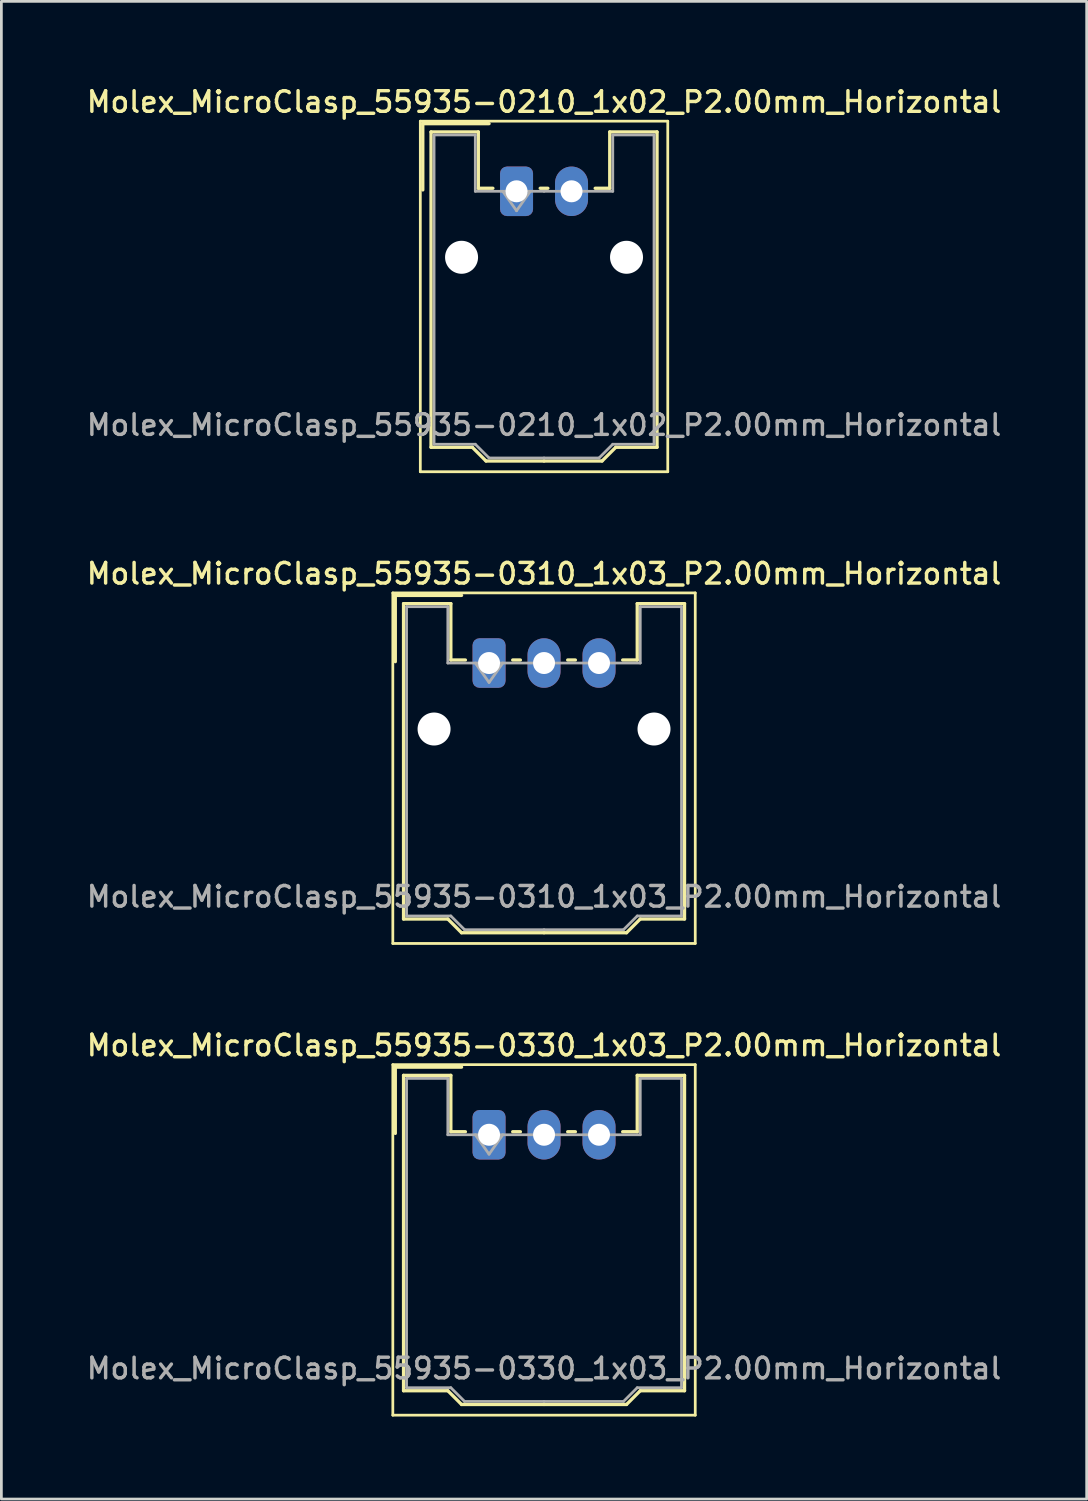
<source format=kicad_pcb>
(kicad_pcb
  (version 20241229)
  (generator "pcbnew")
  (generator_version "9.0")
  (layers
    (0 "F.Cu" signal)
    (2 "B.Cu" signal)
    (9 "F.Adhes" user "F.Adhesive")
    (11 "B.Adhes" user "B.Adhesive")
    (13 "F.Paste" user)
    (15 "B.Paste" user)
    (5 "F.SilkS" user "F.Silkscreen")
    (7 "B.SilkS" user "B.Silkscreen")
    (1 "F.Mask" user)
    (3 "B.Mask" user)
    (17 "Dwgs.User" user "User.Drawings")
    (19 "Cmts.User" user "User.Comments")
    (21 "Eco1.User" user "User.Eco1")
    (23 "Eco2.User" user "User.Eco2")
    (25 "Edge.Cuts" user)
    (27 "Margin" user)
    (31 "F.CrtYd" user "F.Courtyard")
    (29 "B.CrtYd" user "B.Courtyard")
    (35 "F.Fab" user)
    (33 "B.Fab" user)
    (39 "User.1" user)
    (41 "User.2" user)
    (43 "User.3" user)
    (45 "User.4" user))
  (footprint "Molex_MicroClasp_55935-0310_1x03_P2.00mm_Horizontal"
    (layer "F.Cu")
    (at 14.738 21.066)
    (property "Reference" "Molex_MicroClasp_55935-0310_1x03_P2.00mm_Horizontal" (at 2 -3.25 0) (layer "F.SilkS") (effects (font (size 0.75 0.75) (thickness 0.125))))
    (attr through_hole)
    (fp_line (start -3.5 -2.55) (end -3.5 10.2) (stroke (width 0.1) (type solid)) (layer "F.SilkS"))
    (fp_line (start -3.5 10.2) (end 7.5 10.2) (stroke (width 0.1) (type solid)) (layer "F.SilkS"))
    (fp_line (start -3.41 -2.46) (end -1 -2.46) (stroke (width 0.12) (type solid)) (layer "F.SilkS"))
    (fp_line (start -3.41 -0.05) (end -3.41 -2.46) (stroke (width 0.12) (type solid)) (layer "F.SilkS"))
    (fp_line (start -3.11 -2.16) (end -1.39 -2.16) (stroke (width 0.12) (type solid)) (layer "F.SilkS"))
    (fp_line (start -3.11 9.31) (end -3.11 -2.16) (stroke (width 0.12) (type solid)) (layer "F.SilkS"))
    (fp_line (start -1.5 9.31) (end -3.11 9.31) (stroke (width 0.12) (type solid)) (layer "F.SilkS"))
    (fp_line (start -1.39 -2.16) (end -1.39 -0.11) (stroke (width 0.12) (type solid)) (layer "F.SilkS"))
    (fp_line (start -1.39 -0.11) (end -0.86 -0.11) (stroke (width 0.12) (type solid)) (layer "F.SilkS"))
    (fp_line (start -1 9.81) (end -1.5 9.31) (stroke (width 0.12) (type solid)) (layer "F.SilkS"))
    (fp_line (start 0.86 -0.11) (end 1.14 -0.11) (stroke (width 0.12) (type solid)) (layer "F.SilkS"))
    (fp_line (start 2 9.81) (end -1 9.81) (stroke (width 0.12) (type solid)) (layer "F.SilkS"))
    (fp_line (start 2 9.81) (end 5 9.81) (stroke (width 0.12) (type solid)) (layer "F.SilkS"))
    (fp_line (start 2.86 -0.11) (end 3.14 -0.11) (stroke (width 0.12) (type solid)) (layer "F.SilkS"))
    (fp_line (start 5 9.81) (end 5.5 9.31) (stroke (width 0.12) (type solid)) (layer "F.SilkS"))
    (fp_line (start 5.39 -2.16) (end 5.39 -0.11) (stroke (width 0.12) (type solid)) (layer "F.SilkS"))
    (fp_line (start 5.39 -0.11) (end 4.86 -0.11) (stroke (width 0.12) (type solid)) (layer "F.SilkS"))
    (fp_line (start 5.5 9.31) (end 7.11 9.31) (stroke (width 0.12) (type solid)) (layer "F.SilkS"))
    (fp_line (start 7.11 -2.16) (end 5.39 -2.16) (stroke (width 0.12) (type solid)) (layer "F.SilkS"))
    (fp_line (start 7.11 9.31) (end 7.11 -2.16) (stroke (width 0.12) (type solid)) (layer "F.SilkS"))
    (fp_line (start 7.5 -2.55) (end -3.5 -2.55) (stroke (width 0.1) (type solid)) (layer "F.SilkS"))
    (fp_line (start 7.5 10.2) (end 7.5 -2.55) (stroke (width 0.1) (type solid)) (layer "F.SilkS"))
    (fp_line (start -3 -2.05) (end -1.5 -2.05) (stroke (width 0.1) (type solid)) (layer "F.Fab"))
    (fp_line (start -3 9.2) (end -3 -2.05) (stroke (width 0.1) (type solid)) (layer "F.Fab"))
    (fp_line (start -1.5 -2.05) (end -1.5 0) (stroke (width 0.1) (type solid)) (layer "F.Fab"))
    (fp_line (start -1.5 0) (end 2 0) (stroke (width 0.1) (type solid)) (layer "F.Fab"))
    (fp_line (start -1.39 9.2) (end -3 9.2) (stroke (width 0.1) (type solid)) (layer "F.Fab"))
    (fp_line (start -0.89 9.7) (end -1.39 9.2) (stroke (width 0.1) (type solid)) (layer "F.Fab"))
    (fp_line (start -0.5 0) (end 0 0.707) (stroke (width 0.1) (type solid)) (layer "F.Fab"))
    (fp_line (start 0 0.707) (end 0.5 0) (stroke (width 0.1) (type solid)) (layer "F.Fab"))
    (fp_line (start 2 9.7) (end -0.89 9.7) (stroke (width 0.1) (type solid)) (layer "F.Fab"))
    (fp_line (start 2 9.7) (end 4.89 9.7) (stroke (width 0.1) (type solid)) (layer "F.Fab"))
    (fp_line (start 4.89 9.7) (end 5.39 9.2) (stroke (width 0.1) (type solid)) (layer "F.Fab"))
    (fp_line (start 5.39 9.2) (end 7 9.2) (stroke (width 0.1) (type solid)) (layer "F.Fab"))
    (fp_line (start 5.5 -2.05) (end 5.5 0) (stroke (width 0.1) (type solid)) (layer "F.Fab"))
    (fp_line (start 5.5 0) (end 2 0) (stroke (width 0.1) (type solid)) (layer "F.Fab"))
    (fp_line (start 7 -2.05) (end 5.5 -2.05) (stroke (width 0.1) (type solid)) (layer "F.Fab"))
    (fp_line (start 7 9.2) (end 7 -2.05) (stroke (width 0.1) (type solid)) (layer "F.Fab"))
    (fp_text user "${REFERENCE}" (at 2 8.5 0) (layer "F.Fab") (effects (font (size 0.75 0.75) (thickness 0.125))))
    (pad "" np_thru_hole circle (at -2 2.4) (size 1.2 1.2) (drill 1.2) (layers "*.Cu" "*.Mask"))
    (pad "" np_thru_hole circle (at 6 2.4) (size 1.2 1.2) (drill 1.2) (layers "*.Cu" "*.Mask"))
    (pad "1" thru_hole roundrect (at 0 0) (size 1.2 1.8) (drill 0.8) (layers "*.Cu" "*.Mask") (roundrect_rratio 0.208))
    (pad "2" thru_hole oval (at 2 0) (size 1.2 1.8) (drill 0.8) (layers "*.Cu" "*.Mask"))
    (pad "3" thru_hole oval (at 4 0) (size 1.2 1.8) (drill 0.8) (layers "*.Cu" "*.Mask")))
  (footprint "Molex_MicroClasp_55935-0330_1x03_P2.00mm_Horizontal"
    (layer "F.Cu")
    (at 14.738 38.224)
    (property "Reference" "Molex_MicroClasp_55935-0330_1x03_P2.00mm_Horizontal" (at 2 -3.25 0) (layer "F.SilkS") (effects (font (size 0.75 0.75) (thickness 0.125))))
    (attr through_hole)
    (fp_line (start -3.5 -2.55) (end -3.5 10.2) (stroke (width 0.1) (type solid)) (layer "F.SilkS"))
    (fp_line (start -3.5 10.2) (end 7.5 10.2) (stroke (width 0.1) (type solid)) (layer "F.SilkS"))
    (fp_line (start -3.41 -2.46) (end -1 -2.46) (stroke (width 0.12) (type solid)) (layer "F.SilkS"))
    (fp_line (start -3.41 -0.05) (end -3.41 -2.46) (stroke (width 0.12) (type solid)) (layer "F.SilkS"))
    (fp_line (start -3.11 -2.16) (end -1.39 -2.16) (stroke (width 0.12) (type solid)) (layer "F.SilkS"))
    (fp_line (start -3.11 9.31) (end -3.11 -2.16) (stroke (width 0.12) (type solid)) (layer "F.SilkS"))
    (fp_line (start -1.5 9.31) (end -3.11 9.31) (stroke (width 0.12) (type solid)) (layer "F.SilkS"))
    (fp_line (start -1.39 -2.16) (end -1.39 -0.11) (stroke (width 0.12) (type solid)) (layer "F.SilkS"))
    (fp_line (start -1.39 -0.11) (end -0.86 -0.11) (stroke (width 0.12) (type solid)) (layer "F.SilkS"))
    (fp_line (start -1 9.81) (end -1.5 9.31) (stroke (width 0.12) (type solid)) (layer "F.SilkS"))
    (fp_line (start 0.86 -0.11) (end 1.14 -0.11) (stroke (width 0.12) (type solid)) (layer "F.SilkS"))
    (fp_line (start 2 9.81) (end -1 9.81) (stroke (width 0.12) (type solid)) (layer "F.SilkS"))
    (fp_line (start 2 9.81) (end 5 9.81) (stroke (width 0.12) (type solid)) (layer "F.SilkS"))
    (fp_line (start 2.86 -0.11) (end 3.14 -0.11) (stroke (width 0.12) (type solid)) (layer "F.SilkS"))
    (fp_line (start 5 9.81) (end 5.5 9.31) (stroke (width 0.12) (type solid)) (layer "F.SilkS"))
    (fp_line (start 5.39 -2.16) (end 5.39 -0.11) (stroke (width 0.12) (type solid)) (layer "F.SilkS"))
    (fp_line (start 5.39 -0.11) (end 4.86 -0.11) (stroke (width 0.12) (type solid)) (layer "F.SilkS"))
    (fp_line (start 5.5 9.31) (end 7.11 9.31) (stroke (width 0.12) (type solid)) (layer "F.SilkS"))
    (fp_line (start 7.11 -2.16) (end 5.39 -2.16) (stroke (width 0.12) (type solid)) (layer "F.SilkS"))
    (fp_line (start 7.11 9.31) (end 7.11 -2.16) (stroke (width 0.12) (type solid)) (layer "F.SilkS"))
    (fp_line (start 7.5 -2.55) (end -3.5 -2.55) (stroke (width 0.1) (type solid)) (layer "F.SilkS"))
    (fp_line (start 7.5 10.2) (end 7.5 -2.55) (stroke (width 0.1) (type solid)) (layer "F.SilkS"))
    (fp_line (start -3 -2.05) (end -1.5 -2.05) (stroke (width 0.1) (type solid)) (layer "F.Fab"))
    (fp_line (start -3 9.2) (end -3 -2.05) (stroke (width 0.1) (type solid)) (layer "F.Fab"))
    (fp_line (start -1.5 -2.05) (end -1.5 0) (stroke (width 0.1) (type solid)) (layer "F.Fab"))
    (fp_line (start -1.5 0) (end 2 0) (stroke (width 0.1) (type solid)) (layer "F.Fab"))
    (fp_line (start -1.39 9.2) (end -3 9.2) (stroke (width 0.1) (type solid)) (layer "F.Fab"))
    (fp_line (start -0.89 9.7) (end -1.39 9.2) (stroke (width 0.1) (type solid)) (layer "F.Fab"))
    (fp_line (start -0.5 0) (end 0 0.707) (stroke (width 0.1) (type solid)) (layer "F.Fab"))
    (fp_line (start 0 0.707) (end 0.5 0) (stroke (width 0.1) (type solid)) (layer "F.Fab"))
    (fp_line (start 2 9.7) (end -0.89 9.7) (stroke (width 0.1) (type solid)) (layer "F.Fab"))
    (fp_line (start 2 9.7) (end 4.89 9.7) (stroke (width 0.1) (type solid)) (layer "F.Fab"))
    (fp_line (start 4.89 9.7) (end 5.39 9.2) (stroke (width 0.1) (type solid)) (layer "F.Fab"))
    (fp_line (start 5.39 9.2) (end 7 9.2) (stroke (width 0.1) (type solid)) (layer "F.Fab"))
    (fp_line (start 5.5 -2.05) (end 5.5 0) (stroke (width 0.1) (type solid)) (layer "F.Fab"))
    (fp_line (start 5.5 0) (end 2 0) (stroke (width 0.1) (type solid)) (layer "F.Fab"))
    (fp_line (start 7 -2.05) (end 5.5 -2.05) (stroke (width 0.1) (type solid)) (layer "F.Fab"))
    (fp_line (start 7 9.2) (end 7 -2.05) (stroke (width 0.1) (type solid)) (layer "F.Fab"))
    (fp_text user "${REFERENCE}" (at 2 8.5 0) (layer "F.Fab") (effects (font (size 0.75 0.75) (thickness 0.125))))
    (pad "1" thru_hole roundrect (at 0 0) (size 1.2 1.8) (drill 0.8) (layers "*.Cu" "*.Mask") (roundrect_rratio 0.208))
    (pad "2" thru_hole oval (at 2 0) (size 1.2 1.8) (drill 0.8) (layers "*.Cu" "*.Mask"))
    (pad "3" thru_hole oval (at 4 0) (size 1.2 1.8) (drill 0.8) (layers "*.Cu" "*.Mask")))
  (footprint "Molex_MicroClasp_55935-0210_1x02_P2.00mm_Horizontal"
    (layer "F.Cu")
    (at 15.738 3.908)
    (property "Reference" "Molex_MicroClasp_55935-0210_1x02_P2.00mm_Horizontal" (at 1 -3.25 0) (layer "F.SilkS") (effects (font (size 0.75 0.75) (thickness 0.125))))
    (attr through_hole)
    (fp_line (start -3.5 -2.55) (end -3.5 10.2) (stroke (width 0.1) (type solid)) (layer "F.SilkS"))
    (fp_line (start -3.5 10.2) (end 5.5 10.2) (stroke (width 0.1) (type solid)) (layer "F.SilkS"))
    (fp_line (start -3.41 -2.46) (end -1 -2.46) (stroke (width 0.12) (type solid)) (layer "F.SilkS"))
    (fp_line (start -3.41 -0.05) (end -3.41 -2.46) (stroke (width 0.12) (type solid)) (layer "F.SilkS"))
    (fp_line (start -3.11 -2.16) (end -1.39 -2.16) (stroke (width 0.12) (type solid)) (layer "F.SilkS"))
    (fp_line (start -3.11 9.31) (end -3.11 -2.16) (stroke (width 0.12) (type solid)) (layer "F.SilkS"))
    (fp_line (start -1.61 9.31) (end -3.11 9.31) (stroke (width 0.12) (type solid)) (layer "F.SilkS"))
    (fp_line (start -1.39 -2.16) (end -1.39 -0.11) (stroke (width 0.12) (type solid)) (layer "F.SilkS"))
    (fp_line (start -1.39 -0.11) (end -0.86 -0.11) (stroke (width 0.12) (type solid)) (layer "F.SilkS"))
    (fp_line (start -1.11 9.81) (end -1.61 9.31) (stroke (width 0.12) (type solid)) (layer "F.SilkS"))
    (fp_line (start 0.86 -0.11) (end 1.14 -0.11) (stroke (width 0.12) (type solid)) (layer "F.SilkS"))
    (fp_line (start 1 9.81) (end -1.11 9.81) (stroke (width 0.12) (type solid)) (layer "F.SilkS"))
    (fp_line (start 1 9.81) (end 3.11 9.81) (stroke (width 0.12) (type solid)) (layer "F.SilkS"))
    (fp_line (start 3.11 9.81) (end 3.61 9.31) (stroke (width 0.12) (type solid)) (layer "F.SilkS"))
    (fp_line (start 3.39 -2.16) (end 3.39 -0.11) (stroke (width 0.12) (type solid)) (layer "F.SilkS"))
    (fp_line (start 3.39 -0.11) (end 2.86 -0.11) (stroke (width 0.12) (type solid)) (layer "F.SilkS"))
    (fp_line (start 3.61 9.31) (end 5.11 9.31) (stroke (width 0.12) (type solid)) (layer "F.SilkS"))
    (fp_line (start 5.11 -2.16) (end 3.39 -2.16) (stroke (width 0.12) (type solid)) (layer "F.SilkS"))
    (fp_line (start 5.11 9.31) (end 5.11 -2.16) (stroke (width 0.12) (type solid)) (layer "F.SilkS"))
    (fp_line (start 5.5 -2.55) (end -3.5 -2.55) (stroke (width 0.1) (type solid)) (layer "F.SilkS"))
    (fp_line (start 5.5 10.2) (end 5.5 -2.55) (stroke (width 0.1) (type solid)) (layer "F.SilkS"))
    (fp_line (start -3 -2.05) (end -1.5 -2.05) (stroke (width 0.1) (type solid)) (layer "F.Fab"))
    (fp_line (start -3 9.2) (end -3 -2.05) (stroke (width 0.1) (type solid)) (layer "F.Fab"))
    (fp_line (start -1.5 -2.05) (end -1.5 0) (stroke (width 0.1) (type solid)) (layer "F.Fab"))
    (fp_line (start -1.5 0) (end 1 0) (stroke (width 0.1) (type solid)) (layer "F.Fab"))
    (fp_line (start -1.5 9.2) (end -3 9.2) (stroke (width 0.1) (type solid)) (layer "F.Fab"))
    (fp_line (start -1 9.7) (end -1.5 9.2) (stroke (width 0.1) (type solid)) (layer "F.Fab"))
    (fp_line (start -0.5 0) (end 0 0.707) (stroke (width 0.1) (type solid)) (layer "F.Fab"))
    (fp_line (start 0 0.707) (end 0.5 0) (stroke (width 0.1) (type solid)) (layer "F.Fab"))
    (fp_line (start 1 9.7) (end -1 9.7) (stroke (width 0.1) (type solid)) (layer "F.Fab"))
    (fp_line (start 1 9.7) (end 3 9.7) (stroke (width 0.1) (type solid)) (layer "F.Fab"))
    (fp_line (start 3 9.7) (end 3.5 9.2) (stroke (width 0.1) (type solid)) (layer "F.Fab"))
    (fp_line (start 3.5 -2.05) (end 3.5 0) (stroke (width 0.1) (type solid)) (layer "F.Fab"))
    (fp_line (start 3.5 0) (end 1 0) (stroke (width 0.1) (type solid)) (layer "F.Fab"))
    (fp_line (start 3.5 9.2) (end 5 9.2) (stroke (width 0.1) (type solid)) (layer "F.Fab"))
    (fp_line (start 5 -2.05) (end 3.5 -2.05) (stroke (width 0.1) (type solid)) (layer "F.Fab"))
    (fp_line (start 5 9.2) (end 5 -2.05) (stroke (width 0.1) (type solid)) (layer "F.Fab"))
    (fp_text user "${REFERENCE}" (at 1 8.5 0) (layer "F.Fab") (effects (font (size 0.75 0.75) (thickness 0.125))))
    (pad "" np_thru_hole circle (at -2 2.4) (size 1.2 1.2) (drill 1.2) (layers "*.Cu" "*.Mask"))
    (pad "" np_thru_hole circle (at 4 2.4) (size 1.2 1.2) (drill 1.2) (layers "*.Cu" "*.Mask"))
    (pad "1" thru_hole roundrect (at 0 0) (size 1.2 1.8) (drill 0.8) (layers "*.Cu" "*.Mask") (roundrect_rratio 0.208))
    (pad "2" thru_hole oval (at 2 0) (size 1.2 1.8) (drill 0.8) (layers "*.Cu" "*.Mask")))
  (gr_rect
    (start -3 -3)
    (end 36.475 51.474)
    (stroke (width 0.1) (type default))
    (fill no)
    (layer "Edge.Cuts")))
</source>
